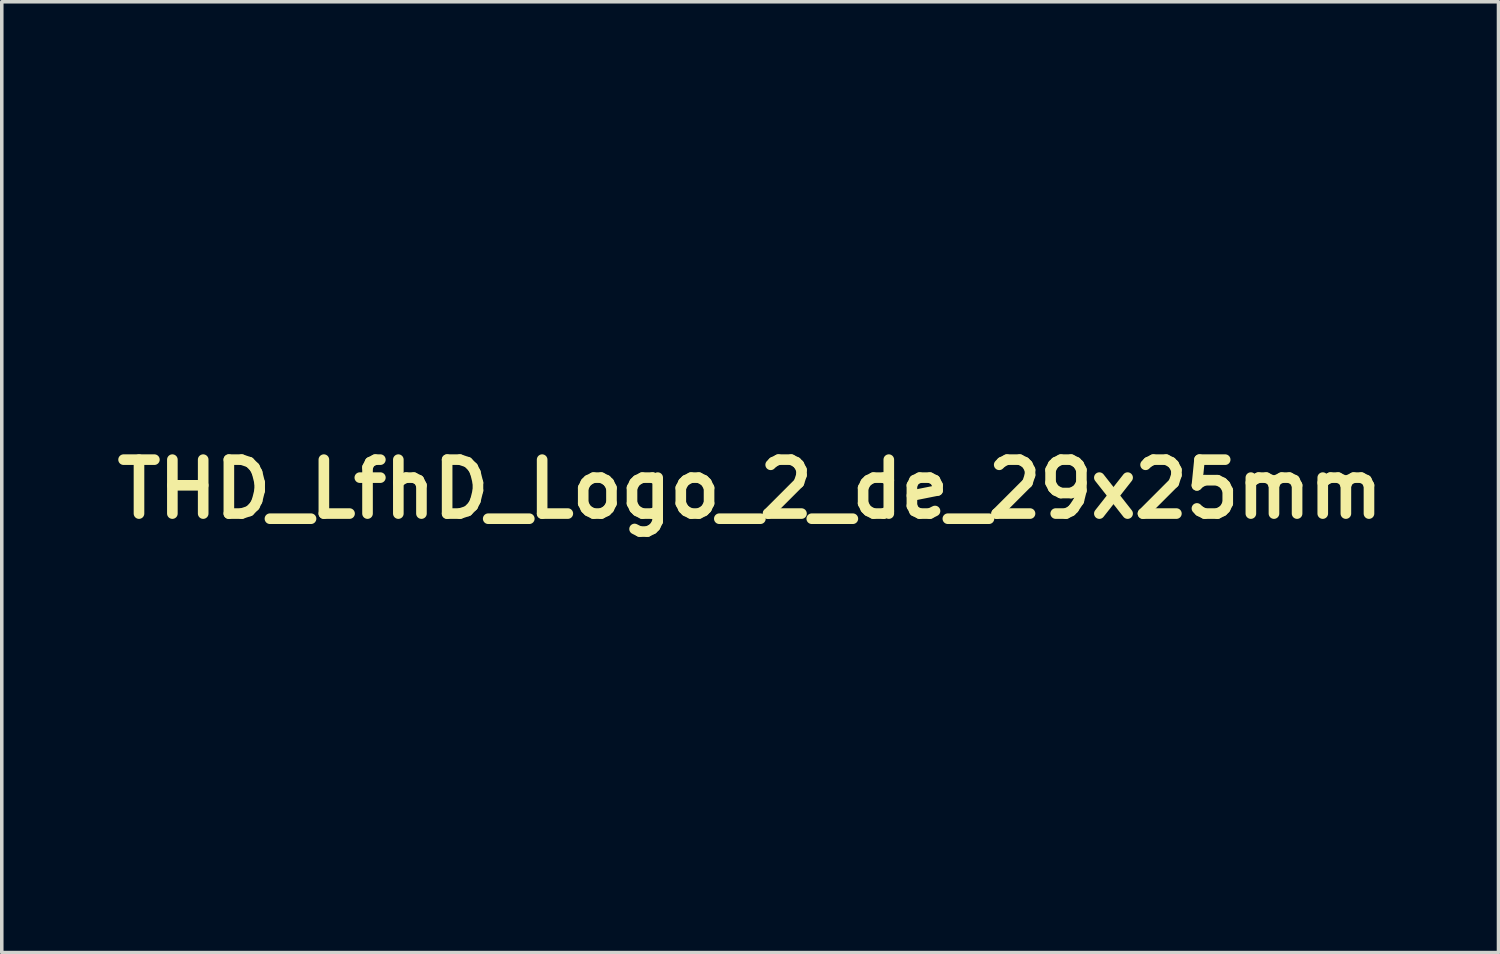
<source format=kicad_pcb>
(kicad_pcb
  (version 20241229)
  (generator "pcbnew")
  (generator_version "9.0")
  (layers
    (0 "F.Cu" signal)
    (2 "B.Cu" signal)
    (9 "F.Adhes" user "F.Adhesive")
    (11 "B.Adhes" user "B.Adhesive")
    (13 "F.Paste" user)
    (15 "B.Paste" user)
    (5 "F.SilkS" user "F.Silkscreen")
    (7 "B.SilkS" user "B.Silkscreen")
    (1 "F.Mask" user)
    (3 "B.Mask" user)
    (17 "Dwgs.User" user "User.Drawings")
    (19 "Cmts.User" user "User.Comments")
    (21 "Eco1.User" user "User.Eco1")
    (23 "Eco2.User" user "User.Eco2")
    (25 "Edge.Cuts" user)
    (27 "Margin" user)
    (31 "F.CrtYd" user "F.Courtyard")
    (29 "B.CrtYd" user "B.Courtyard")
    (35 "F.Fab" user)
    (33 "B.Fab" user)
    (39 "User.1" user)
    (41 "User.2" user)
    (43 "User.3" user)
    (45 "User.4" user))
  (footprint "THD_LfhD_Logo_2_de_29x25mm"
    (layer "F.Cu")
    (at 18.15 10.775)
    (property "Reference" "THD_LfhD_Logo_2_de_29x25mm" (at 0 0 0) (layer "F.SilkS") (effects (font (size 1.524 1.524) (thickness 0.3))))
    (attr through_hole)
    (fp_poly (pts (xy -0.423 10.075) (xy -0.847 10.075) (xy -0.847 7.874) (xy -0.423 7.874) (xy -0.423 10.075)) (stroke (width 0.01) (type solid)) (fill yes) (layer "F.Mask"))
    (fp_poly (pts (xy 2.455 10.075) (xy 2.032 10.075) (xy 2.032 7.874) (xy 2.455 7.874) (xy 2.455 10.075)) (stroke (width 0.01) (type solid)) (fill yes) (layer "F.Mask"))
    (fp_poly (pts (xy -7.366 -0.508) (xy -10.331 -0.508) (xy -10.309 -4.889) (xy -10.287 -9.271) (xy -7.366 -9.317) (xy -7.366 -0.508)) (stroke (width 0.01) (type solid)) (fill yes) (layer "F.Mask"))
    (fp_poly (pts (xy -2.477 7.89) (xy -2.244 7.916) (xy -2.219 8.742) (xy -2.195 9.567) (xy -1.101 9.567) (xy -1.101 10.075) (xy -2.709 10.075) (xy -2.709 7.863) (xy -2.477 7.89)) (stroke (width 0.01) (type solid)) (fill yes) (layer "F.Mask"))
    (fp_poly (pts (xy 5.899 0.145) (xy 5.927 0.254) (xy 5.867 0.396) (xy 5.757 0.423) (xy 5.616 0.363) (xy 5.588 0.254) (xy 5.648 0.112) (xy 5.757 0.085) (xy 5.899 0.145)) (stroke (width 0.01) (type solid)) (fill yes) (layer "F.Mask"))
    (fp_poly (pts (xy 6.576 0.145) (xy 6.604 0.254) (xy 6.544 0.396) (xy 6.435 0.423) (xy 6.293 0.363) (xy 6.265 0.254) (xy 6.325 0.112) (xy 6.435 0.085) (xy 6.576 0.145)) (stroke (width 0.01) (type solid)) (fill yes) (layer "F.Mask"))
    (fp_poly (pts (xy -10.16 10.075) (xy -10.372 10.075) (xy -10.534 10.053) (xy -10.591 10.012) (xy -10.593 9.907) (xy -10.595 9.668) (xy -10.596 9.331) (xy -10.595 8.932) (xy -10.592 7.916) (xy -10.376 7.89) (xy -10.16 7.863) (xy -10.16 10.075)) (stroke (width 0.01) (type solid)) (fill yes) (layer "F.Mask"))
    (fp_poly (pts (xy 3.26 -0.466) (xy 2.543 -0.414) (xy 2.52 -2.81) (xy 2.498 -5.207) (xy 1.101 -5.214) (xy -0.296 -5.222) (xy -0.322 -5.617) (xy -0.348 -6.011) (xy 2.54 -6.011) (xy 2.54 -10.753) (xy 3.303 -10.753) (xy 3.26 -0.466)) (stroke (width 0.01) (type solid)) (fill yes) (layer "F.Mask"))
    (fp_poly (pts (xy -6.943 10.075) (xy -7.149 10.075) (xy -7.317 10.052) (xy -7.382 10.012) (xy -7.39 9.907) (xy -7.393 9.668) (xy -7.39 9.33) (xy -7.383 8.928) (xy -7.382 8.911) (xy -7.37 8.478) (xy -7.356 8.186) (xy -7.334 8.008) (xy -7.297 7.915) (xy -7.24 7.88) (xy -7.155 7.874) (xy -7.149 7.874) (xy -6.943 7.874) (xy -6.943 10.075)) (stroke (width 0.01) (type solid)) (fill yes) (layer "F.Mask"))
    (fp_poly (pts (xy -1.036 -4.932) (xy -1.014 -0.593) (xy -2.457 -0.593) (xy -3.024 -0.596) (xy -3.438 -0.607) (xy -3.718 -0.627) (xy -3.88 -0.658) (xy -3.941 -0.699) (xy -3.948 -0.802) (xy -3.954 -1.058) (xy -3.959 -1.45) (xy -3.962 -1.962) (xy -3.964 -2.577) (xy -3.964 -3.278) (xy -3.963 -4.049) (xy -3.96 -4.874) (xy -3.959 -5.038) (xy -3.937 -9.271) (xy -1.058 -9.271) (xy -1.036 -4.932)) (stroke (width 0.01) (type solid)) (fill yes) (layer "F.Mask"))
    (fp_poly (pts (xy 6.9 -0.55) (xy 5.523 -0.527) (xy 4.979 -0.521) (xy 4.585 -0.525) (xy 4.321 -0.54) (xy 4.168 -0.568) (xy 4.105 -0.608) (xy 4.104 -0.612) (xy 4.097 -0.714) (xy 4.091 -0.97) (xy 4.086 -1.365) (xy 4.082 -1.884) (xy 4.08 -2.512) (xy 4.079 -3.233) (xy 4.079 -4.032) (xy 4.081 -4.895) (xy 4.084 -5.715) (xy 4.106 -10.71) (xy 6.9 -10.71) (xy 6.9 -0.55)) (stroke (width 0.01) (type solid)) (fill yes) (layer "F.Mask"))
    (fp_poly (pts (xy -1.016 -9.906) (xy -5.927 -9.906) (xy -5.927 -0.593) (xy -6.174 -0.593) (xy -6.395 -0.578) (xy -6.538 -0.548) (xy -6.678 -0.541) (xy -6.714 -0.562) (xy -6.725 -0.655) (xy -6.736 -0.902) (xy -6.745 -1.288) (xy -6.754 -1.796) (xy -6.761 -2.411) (xy -6.767 -3.117) (xy -6.771 -3.9) (xy -6.773 -4.743) (xy -6.773 -5.263) (xy -6.773 -9.906) (xy -11.684 -9.906) (xy -11.684 -10.753) (xy -1.016 -10.753) (xy -1.016 -9.906)) (stroke (width 0.01) (type solid)) (fill yes) (layer "F.Mask"))
    (fp_poly (pts (xy -5.065 7.887) (xy -4.917 7.908) (xy -4.842 7.953) (xy -4.806 8.028) (xy -4.798 8.055) (xy -4.778 8.251) (xy -4.865 8.351) (xy -5.087 8.382) (xy -5.127 8.382) (xy -5.419 8.382) (xy -5.419 10.075) (xy -5.927 10.075) (xy -5.927 8.392) (xy -6.244 8.366) (xy -6.455 8.333) (xy -6.545 8.257) (xy -6.562 8.128) (xy -6.556 8.032) (xy -6.518 7.97) (xy -6.418 7.932) (xy -6.225 7.911) (xy -5.908 7.898) (xy -5.704 7.892) (xy -5.316 7.883) (xy -5.065 7.887)) (stroke (width 0.01) (type solid)) (fill yes) (layer "F.Mask"))
    (fp_poly (pts (xy 6.752 4.334) (xy 6.985 4.36) (xy 7.032 6.519) (xy 6.755 6.517) (xy 6.613 6.504) (xy 6.498 6.448) (xy 6.379 6.32) (xy 6.228 6.092) (xy 6.096 5.874) (xy 5.715 5.233) (xy 5.666 6.519) (xy 5.165 6.519) (xy 5.166 5.524) (xy 5.172 5.123) (xy 5.189 4.778) (xy 5.212 4.529) (xy 5.239 4.416) (xy 5.381 4.31) (xy 5.565 4.36) (xy 5.783 4.56) (xy 6.026 4.904) (xy 6.03 4.911) (xy 6.241 5.255) (xy 6.381 5.454) (xy 6.463 5.512) (xy 6.504 5.428) (xy 6.518 5.205) (xy 6.519 4.964) (xy 6.519 4.307) (xy 6.752 4.334)) (stroke (width 0.01) (type solid)) (fill yes) (layer "F.Mask"))
    (fp_poly (pts (xy 11.155 4.334) (xy 11.388 4.36) (xy 11.388 6.477) (xy 11.155 6.504) (xy 11.018 6.51) (xy 10.949 6.461) (xy 10.925 6.315) (xy 10.922 6.102) (xy 10.922 5.673) (xy 10.075 5.673) (xy 10.075 6.096) (xy 10.07 6.347) (xy 10.036 6.472) (xy 9.947 6.515) (xy 9.819 6.519) (xy 9.562 6.519) (xy 9.586 5.44) (xy 9.61 4.36) (xy 9.842 4.334) (xy 9.98 4.327) (xy 10.048 4.377) (xy 10.073 4.522) (xy 10.075 4.736) (xy 10.075 5.165) (xy 10.922 5.165) (xy 10.922 4.736) (xy 10.927 4.484) (xy 10.958 4.36) (xy 11.039 4.325) (xy 11.155 4.334)) (stroke (width 0.01) (type solid)) (fill yes) (layer "F.Mask"))
    (fp_poly (pts (xy 4.81 0.826) (xy 4.785 0.953) (xy 4.72 1.026) (xy 4.574 1.062) (xy 4.305 1.081) (xy 4.255 1.084) (xy 3.962 1.104) (xy 3.802 1.14) (xy 3.735 1.203) (xy 3.725 1.274) (xy 3.747 1.37) (xy 3.837 1.42) (xy 4.037 1.438) (xy 4.191 1.439) (xy 4.457 1.444) (xy 4.596 1.472) (xy 4.648 1.546) (xy 4.657 1.689) (xy 4.657 1.693) (xy 4.649 1.839) (xy 4.598 1.914) (xy 4.461 1.943) (xy 4.198 1.947) (xy 3.725 1.947) (xy 3.725 2.371) (xy 3.72 2.621) (xy 3.686 2.746) (xy 3.597 2.789) (xy 3.471 2.794) (xy 3.217 2.794) (xy 3.217 0.593) (xy 4.837 0.593) (xy 4.81 0.826)) (stroke (width 0.01) (type solid)) (fill yes) (layer "F.Mask"))
    (fp_poly (pts (xy 11.091 10.075) (xy 10.847 10.075) (xy 10.715 10.058) (xy 10.598 9.985) (xy 10.467 9.829) (xy 10.293 9.56) (xy 10.233 9.461) (xy 9.864 8.848) (xy 9.839 9.461) (xy 9.814 10.075) (xy 9.313 10.075) (xy 9.313 7.874) (xy 9.564 7.874) (xy 9.7 7.891) (xy 9.817 7.961) (xy 9.945 8.115) (xy 10.115 8.382) (xy 10.167 8.468) (xy 10.337 8.748) (xy 10.476 8.965) (xy 10.562 9.084) (xy 10.573 9.095) (xy 10.598 9.034) (xy 10.617 8.844) (xy 10.626 8.562) (xy 10.626 8.522) (xy 10.628 8.208) (xy 10.646 8.025) (xy 10.693 7.935) (xy 10.783 7.9) (xy 10.858 7.89) (xy 11.091 7.863) (xy 11.091 10.075)) (stroke (width 0.01) (type solid)) (fill yes) (layer "F.Mask"))
    (fp_poly (pts (xy -4.889 4.359) (xy -4.691 4.443) (xy -4.544 4.591) (xy -4.485 4.68) (xy -4.376 4.968) (xy -4.322 5.334) (xy -4.328 5.705) (xy -4.397 6.006) (xy -4.413 6.038) (xy -4.565 6.267) (xy -4.764 6.413) (xy -5.048 6.49) (xy -5.455 6.517) (xy -5.527 6.517) (xy -6.186 6.519) (xy -6.162 5.44) (xy -6.149 4.826) (xy -5.673 4.826) (xy -5.673 6.011) (xy -5.322 6.011) (xy -5.011 5.967) (xy -4.859 5.863) (xy -4.765 5.629) (xy -4.753 5.338) (xy -4.821 5.074) (xy -4.881 4.981) (xy -5.099 4.857) (xy -5.347 4.826) (xy -5.673 4.826) (xy -6.149 4.826) (xy -6.138 4.36) (xy -5.591 4.335) (xy -5.176 4.327) (xy -4.889 4.359)) (stroke (width 0.01) (type solid)) (fill yes) (layer "F.Mask"))
    (fp_poly (pts (xy 4.572 8.375) (xy 3.958 8.399) (xy 3.626 8.421) (xy 3.434 8.457) (xy 3.353 8.514) (xy 3.344 8.551) (xy 3.385 8.624) (xy 3.527 8.67) (xy 3.799 8.697) (xy 3.916 8.703) (xy 4.218 8.719) (xy 4.389 8.746) (xy 4.466 8.802) (xy 4.487 8.904) (xy 4.487 8.975) (xy 4.481 9.105) (xy 4.436 9.181) (xy 4.315 9.219) (xy 4.08 9.238) (xy 3.916 9.246) (xy 3.597 9.269) (xy 3.417 9.308) (xy 3.348 9.372) (xy 3.344 9.398) (xy 3.383 9.468) (xy 3.518 9.513) (xy 3.778 9.541) (xy 3.958 9.55) (xy 4.572 9.575) (xy 4.572 10.075) (xy 2.879 10.075) (xy 2.879 7.874) (xy 4.572 7.874) (xy 4.572 8.375)) (stroke (width 0.01) (type solid)) (fill yes) (layer "F.Mask"))
    (fp_poly (pts (xy -11.604 7.897) (xy -11.46 7.947) (xy -11.333 8.045) (xy -11.264 8.112) (xy -11.038 8.448) (xy -10.937 8.849) (xy -10.962 9.264) (xy -11.111 9.644) (xy -11.26 9.834) (xy -11.396 9.957) (xy -11.532 10.029) (xy -11.718 10.064) (xy -12.003 10.075) (xy -12.164 10.075) (xy -12.827 10.075) (xy -12.797 8.382) (xy -12.361 8.382) (xy -12.361 9.567) (xy -12.059 9.567) (xy -11.806 9.543) (xy -11.602 9.484) (xy -11.594 9.48) (xy -11.489 9.381) (xy -11.44 9.202) (xy -11.43 8.975) (xy -11.461 8.667) (xy -11.574 8.484) (xy -11.797 8.398) (xy -12.059 8.382) (xy -12.361 8.382) (xy -12.797 8.382) (xy -12.789 7.916) (xy -12.149 7.892) (xy -11.817 7.883) (xy -11.604 7.897)) (stroke (width 0.01) (type solid)) (fill yes) (layer "F.Mask"))
    (fp_poly (pts (xy -11.051 4.367) (xy -10.974 4.45) (xy -10.954 4.584) (xy -10.939 4.847) (xy -10.93 5.2) (xy -10.928 5.55) (xy -10.933 6.519) (xy -11.182 6.519) (xy -11.329 6.51) (xy -11.402 6.451) (xy -11.427 6.301) (xy -11.43 6.096) (xy -11.43 5.673) (xy -12.277 5.673) (xy -12.277 6.096) (xy -12.282 6.347) (xy -12.316 6.472) (xy -12.405 6.515) (xy -12.533 6.519) (xy -12.79 6.519) (xy -12.766 5.44) (xy -12.742 4.36) (xy -12.509 4.334) (xy -12.372 4.327) (xy -12.304 4.377) (xy -12.279 4.522) (xy -12.277 4.736) (xy -12.277 5.165) (xy -11.43 5.165) (xy -11.43 4.741) (xy -11.423 4.49) (xy -11.387 4.364) (xy -11.303 4.322) (xy -11.227 4.318) (xy -11.051 4.367)) (stroke (width 0.01) (type solid)) (fill yes) (layer "F.Mask"))
    (fp_poly (pts (xy 4.826 4.826) (xy 4.233 4.826) (xy 3.922 4.831) (xy 3.743 4.851) (xy 3.662 4.898) (xy 3.641 4.982) (xy 3.641 4.995) (xy 3.658 5.087) (xy 3.734 5.138) (xy 3.907 5.16) (xy 4.191 5.165) (xy 4.741 5.165) (xy 4.741 5.415) (xy 4.734 5.551) (xy 4.686 5.628) (xy 4.558 5.666) (xy 4.311 5.685) (xy 4.213 5.69) (xy 3.91 5.714) (xy 3.74 5.757) (xy 3.666 5.83) (xy 3.656 5.863) (xy 3.661 5.941) (xy 3.735 5.986) (xy 3.911 6.006) (xy 4.222 6.011) (xy 4.227 6.011) (xy 4.826 6.011) (xy 4.826 6.519) (xy 3.128 6.519) (xy 3.151 5.44) (xy 3.175 4.36) (xy 4 4.336) (xy 4.826 4.312) (xy 4.826 4.826)) (stroke (width 0.01) (type solid)) (fill yes) (layer "F.Mask"))
    (fp_poly (pts (xy 5.588 1.338) (xy 5.598 1.755) (xy 5.636 2.032) (xy 5.715 2.194) (xy 5.845 2.27) (xy 6.011 2.286) (xy 6.198 2.264) (xy 6.321 2.178) (xy 6.394 2.003) (xy 6.427 1.709) (xy 6.435 1.338) (xy 6.436 0.982) (xy 6.448 0.762) (xy 6.479 0.646) (xy 6.538 0.601) (xy 6.635 0.593) (xy 6.646 0.593) (xy 6.858 0.593) (xy 6.858 1.486) (xy 6.856 1.886) (xy 6.844 2.155) (xy 6.815 2.33) (xy 6.761 2.448) (xy 6.675 2.547) (xy 6.634 2.586) (xy 6.363 2.739) (xy 6.022 2.801) (xy 5.682 2.767) (xy 5.42 2.643) (xy 5.257 2.41) (xy 5.147 2.019) (xy 5.091 1.469) (xy 5.084 1.164) (xy 5.08 0.593) (xy 5.588 0.593) (xy 5.588 1.338)) (stroke (width 0.01) (type solid)) (fill yes) (layer "F.Mask"))
    (fp_poly (pts (xy -0.755 0.666) (xy -0.516 0.811) (xy -0.261 1.13) (xy -0.135 1.528) (xy -0.152 1.96) (xy -0.168 2.026) (xy -0.347 2.404) (xy -0.639 2.662) (xy -1.028 2.785) (xy -1.185 2.794) (xy -1.503 2.765) (xy -1.743 2.66) (xy -1.855 2.576) (xy -2.112 2.258) (xy -2.238 1.877) (xy -2.234 1.611) (xy -1.78 1.611) (xy -1.746 1.905) (xy -1.646 2.098) (xy -1.45 2.247) (xy -1.185 2.296) (xy -0.921 2.247) (xy -0.724 2.098) (xy -0.597 1.801) (xy -0.61 1.515) (xy -0.744 1.279) (xy -0.983 1.131) (xy -1.185 1.101) (xy -1.482 1.17) (xy -1.686 1.353) (xy -1.78 1.611) (xy -2.234 1.611) (xy -2.233 1.476) (xy -2.095 1.098) (xy -1.855 0.811) (xy -1.518 0.63) (xy -1.133 0.582) (xy -0.755 0.666)) (stroke (width 0.01) (type solid)) (fill yes) (layer "F.Mask"))
    (fp_poly (pts (xy 7.578 7.916) (xy 7.602 8.699) (xy 7.616 9.067) (xy 7.636 9.3) (xy 7.672 9.432) (xy 7.733 9.498) (xy 7.828 9.532) (xy 8.048 9.574) (xy 8.196 9.555) (xy 8.288 9.449) (xy 8.341 9.231) (xy 8.373 8.877) (xy 8.382 8.72) (xy 8.403 8.347) (xy 8.426 8.111) (xy 8.463 7.979) (xy 8.522 7.918) (xy 8.617 7.894) (xy 8.657 7.89) (xy 8.89 7.863) (xy 8.89 8.761) (xy 8.888 9.164) (xy 8.876 9.434) (xy 8.848 9.609) (xy 8.795 9.728) (xy 8.709 9.827) (xy 8.666 9.868) (xy 8.382 10.032) (xy 8.037 10.091) (xy 7.691 10.048) (xy 7.407 9.902) (xy 7.36 9.857) (xy 7.266 9.742) (xy 7.204 9.611) (xy 7.165 9.425) (xy 7.141 9.145) (xy 7.125 8.75) (xy 7.096 7.861) (xy 7.578 7.916)) (stroke (width 0.01) (type solid)) (fill yes) (layer "F.Mask"))
    (fp_poly (pts (xy 13.462 4.826) (xy 12.869 4.826) (xy 12.558 4.831) (xy 12.379 4.851) (xy 12.298 4.898) (xy 12.277 4.982) (xy 12.277 4.995) (xy 12.294 5.087) (xy 12.37 5.138) (xy 12.543 5.16) (xy 12.827 5.165) (xy 13.377 5.165) (xy 13.377 5.415) (xy 13.37 5.551) (xy 13.322 5.628) (xy 13.194 5.666) (xy 12.947 5.685) (xy 12.849 5.69) (xy 12.546 5.714) (xy 12.376 5.757) (xy 12.302 5.83) (xy 12.292 5.863) (xy 12.297 5.941) (xy 12.372 5.986) (xy 12.55 6.007) (xy 12.853 6.011) (xy 13.163 6.015) (xy 13.344 6.036) (xy 13.434 6.086) (xy 13.474 6.179) (xy 13.482 6.221) (xy 13.497 6.396) (xy 13.478 6.475) (xy 13.38 6.494) (xy 13.151 6.509) (xy 12.83 6.518) (xy 12.599 6.519) (xy 11.764 6.519) (xy 11.787 5.44) (xy 11.811 4.36) (xy 12.636 4.336) (xy 13.462 4.312) (xy 13.462 4.826)) (stroke (width 0.01) (type solid)) (fill yes) (layer "F.Mask"))
    (fp_poly (pts (xy -8.452 7.895) (xy -8.242 7.971) (xy -8.092 8.087) (xy -7.921 8.311) (xy -7.914 8.508) (xy -8.064 8.668) (xy -8.194 8.709) (xy -8.309 8.618) (xy -8.344 8.571) (xy -8.544 8.417) (xy -8.806 8.381) (xy -9.072 8.466) (xy -9.214 8.578) (xy -9.375 8.844) (xy -9.386 9.107) (xy -9.265 9.336) (xy -9.028 9.5) (xy -8.693 9.567) (xy -8.667 9.567) (xy -8.421 9.548) (xy -8.281 9.5) (xy -8.265 9.444) (xy -8.39 9.396) (xy -8.486 9.382) (xy -8.68 9.342) (xy -8.754 9.244) (xy -8.762 9.144) (xy -8.749 9.024) (xy -8.683 8.957) (xy -8.524 8.924) (xy -8.275 8.907) (xy -7.789 8.882) (xy -7.789 9.262) (xy -7.807 9.521) (xy -7.887 9.692) (xy -8.065 9.854) (xy -8.072 9.859) (xy -8.42 10.027) (xy -8.824 10.074) (xy -9.218 9.996) (xy -9.333 9.943) (xy -9.605 9.708) (xy -9.767 9.383) (xy -9.821 9.008) (xy -9.765 8.623) (xy -9.6 8.269) (xy -9.349 8.002) (xy -9.165 7.928) (xy -8.889 7.883) (xy -8.754 7.877) (xy -8.452 7.895)) (stroke (width 0.01) (type solid)) (fill yes) (layer "F.Mask"))
    (fp_poly (pts (xy 1.107 7.922) (xy 1.389 8.051) (xy 1.566 8.238) (xy 1.609 8.398) (xy 1.597 8.489) (xy 1.539 8.532) (xy 1.405 8.529) (xy 1.161 8.48) (xy 0.912 8.42) (xy 0.69 8.395) (xy 0.542 8.416) (xy 0.461 8.497) (xy 0.506 8.597) (xy 0.644 8.683) (xy 0.841 8.721) (xy 0.845 8.721) (xy 1.066 8.768) (xy 1.317 8.885) (xy 1.363 8.914) (xy 1.604 9.153) (xy 1.689 9.424) (xy 1.615 9.702) (xy 1.491 9.862) (xy 1.219 10.026) (xy 0.873 10.091) (xy 0.514 10.056) (xy 0.206 9.922) (xy 0.139 9.868) (xy -0.011 9.692) (xy -0.084 9.535) (xy -0.085 9.519) (xy -0.053 9.428) (xy 0.07 9.415) (xy 0.191 9.436) (xy 0.461 9.485) (xy 0.772 9.532) (xy 0.826 9.539) (xy 1.051 9.559) (xy 1.156 9.53) (xy 1.185 9.437) (xy 1.185 9.407) (xy 1.137 9.266) (xy 0.984 9.229) (xy 0.771 9.196) (xy 0.513 9.116) (xy 0.479 9.102) (xy 0.174 8.909) (xy 0.022 8.66) (xy 0.027 8.374) (xy 0.175 8.097) (xy 0.319 7.955) (xy 0.498 7.889) (xy 0.757 7.874) (xy 1.107 7.922)) (stroke (width 0.01) (type solid)) (fill yes) (layer "F.Mask"))
    (fp_poly (pts (xy -3.912 7.917) (xy -3.826 7.988) (xy -3.734 8.13) (xy -3.621 8.368) (xy -3.471 8.726) (xy -3.377 8.963) (xy -3.224 9.352) (xy -3.097 9.68) (xy -3.007 9.918) (xy -2.965 10.036) (xy -2.963 10.042) (xy -3.037 10.066) (xy -3.209 10.075) (xy -3.401 10.039) (xy -3.513 9.899) (xy -3.543 9.821) (xy -3.614 9.665) (xy -3.72 9.591) (xy -3.916 9.568) (xy -4.025 9.567) (xy -4.271 9.578) (xy -4.406 9.631) (xy -4.487 9.755) (xy -4.513 9.821) (xy -4.622 10.009) (xy -4.788 10.073) (xy -4.845 10.075) (xy -5.015 10.066) (xy -5.08 10.045) (xy -5.051 9.947) (xy -4.975 9.729) (xy -4.865 9.431) (xy -4.736 9.089) (xy -4.7 8.994) (xy -4.217 8.994) (xy -4.15 9.054) (xy -4.073 9.059) (xy -3.924 9.003) (xy -3.896 8.911) (xy -3.928 8.749) (xy -3.999 8.606) (xy -4.074 8.545) (xy -4.095 8.554) (xy -4.143 8.658) (xy -4.193 8.827) (xy -4.217 8.994) (xy -4.7 8.994) (xy -4.603 8.741) (xy -4.479 8.427) (xy -4.381 8.183) (xy -4.321 8.049) (xy -4.32 8.047) (xy -4.172 7.904) (xy -4.007 7.89) (xy -3.912 7.917)) (stroke (width 0.01) (type solid)) (fill yes) (layer "F.Mask"))
    (fp_poly (pts (xy 6.036 7.877) (xy 6.271 7.893) (xy 6.414 7.93) (xy 6.504 7.997) (xy 6.565 8.079) (xy 6.659 8.336) (xy 6.673 8.6) (xy 6.624 8.833) (xy 6.497 8.99) (xy 6.281 9.115) (xy 6.311 9.184) (xy 6.418 9.351) (xy 6.556 9.548) (xy 6.715 9.778) (xy 6.825 9.951) (xy 6.858 10.022) (xy 6.784 10.06) (xy 6.612 10.075) (xy 6.447 10.046) (xy 6.294 9.938) (xy 6.111 9.72) (xy 6.062 9.652) (xy 5.841 9.386) (xy 5.656 9.246) (xy 5.588 9.229) (xy 5.486 9.251) (xy 5.436 9.345) (xy 5.419 9.554) (xy 5.419 9.652) (xy 5.413 9.903) (xy 5.379 10.028) (xy 5.29 10.071) (xy 5.165 10.075) (xy 4.911 10.075) (xy 4.911 8.602) (xy 5.358 8.602) (xy 5.499 8.687) (xy 5.797 8.72) (xy 5.847 8.721) (xy 6.099 8.712) (xy 6.224 8.673) (xy 6.264 8.588) (xy 6.265 8.551) (xy 6.243 8.449) (xy 6.147 8.399) (xy 5.937 8.383) (xy 5.847 8.382) (xy 5.594 8.398) (xy 5.419 8.438) (xy 5.376 8.467) (xy 5.358 8.602) (xy 4.911 8.602) (xy 4.911 7.874) (xy 5.671 7.874) (xy 6.036 7.877)) (stroke (width 0.01) (type solid)) (fill yes) (layer "F.Mask"))
    (fp_poly (pts (xy 12.818 7.89) (xy 13.015 7.958) (xy 13.196 8.103) (xy 13.215 8.121) (xy 13.399 8.332) (xy 13.449 8.477) (xy 13.369 8.589) (xy 13.285 8.64) (xy 13.13 8.687) (xy 12.984 8.616) (xy 12.919 8.559) (xy 12.673 8.419) (xy 12.394 8.391) (xy 12.147 8.477) (xy 12.078 8.537) (xy 11.96 8.768) (xy 11.939 9.045) (xy 12.011 9.3) (xy 12.126 9.436) (xy 12.298 9.508) (xy 12.53 9.553) (xy 12.768 9.566) (xy 12.956 9.546) (xy 13.038 9.488) (xy 13.039 9.483) (xy 12.965 9.423) (xy 12.788 9.398) (xy 12.785 9.398) (xy 12.606 9.378) (xy 12.539 9.28) (xy 12.531 9.14) (xy 12.531 8.882) (xy 13.018 8.907) (xy 13.295 8.929) (xy 13.446 8.969) (xy 13.513 9.046) (xy 13.533 9.131) (xy 13.509 9.485) (xy 13.343 9.771) (xy 13.052 9.971) (xy 12.657 10.069) (xy 12.506 10.075) (xy 12.227 10.051) (xy 12.013 9.955) (xy 11.824 9.797) (xy 11.551 9.44) (xy 11.439 9.053) (xy 11.487 8.659) (xy 11.696 8.281) (xy 11.808 8.157) (xy 12.005 7.983) (xy 12.191 7.899) (xy 12.447 7.875) (xy 12.529 7.874) (xy 12.818 7.89)) (stroke (width 0.01) (type solid)) (fill yes) (layer "F.Mask"))
    (fp_poly (pts (xy -0.274 4.368) (xy -0.189 4.407) (xy -0.107 4.502) (xy -0.013 4.681) (xy 0.11 4.966) (xy 0.274 5.375) (xy 0.426 5.76) (xy 0.551 6.089) (xy 0.639 6.329) (xy 0.677 6.449) (xy 0.677 6.454) (xy 0.604 6.5) (xy 0.43 6.519) (xy 0.245 6.489) (xy 0.154 6.365) (xy 0.127 6.265) (xy 0.082 6.114) (xy -0.001 6.039) (xy -0.17 6.014) (xy -0.353 6.011) (xy -0.609 6.02) (xy -0.751 6.064) (xy -0.833 6.17) (xy -0.873 6.265) (xy -0.981 6.453) (xy -1.147 6.517) (xy -1.204 6.519) (xy -1.374 6.513) (xy -1.438 6.498) (xy -1.409 6.416) (xy -1.331 6.205) (xy -1.215 5.895) (xy -1.071 5.517) (xy -1.056 5.476) (xy -0.574 5.476) (xy -0.498 5.503) (xy -0.381 5.503) (xy -0.222 5.492) (xy -0.169 5.471) (xy -0.199 5.379) (xy -0.271 5.196) (xy -0.285 5.164) (xy -0.4 4.89) (xy -0.496 5.167) (xy -0.568 5.38) (xy -0.574 5.476) (xy -1.056 5.476) (xy -1.034 5.419) (xy -0.87 4.992) (xy -0.75 4.698) (xy -0.657 4.514) (xy -0.578 4.412) (xy -0.496 4.37) (xy -0.396 4.36) (xy -0.38 4.36) (xy -0.274 4.368)) (stroke (width 0.01) (type solid)) (fill yes) (layer "F.Mask"))
    (fp_poly (pts (xy 1.335 0.604) (xy 1.617 0.647) (xy 1.799 0.737) (xy 1.914 0.889) (xy 1.982 1.068) (xy 1.992 1.308) (xy 1.911 1.548) (xy 1.767 1.718) (xy 1.692 1.754) (xy 1.556 1.803) (xy 1.524 1.829) (xy 1.571 1.908) (xy 1.693 2.08) (xy 1.82 2.249) (xy 2.013 2.516) (xy 2.096 2.68) (xy 2.072 2.764) (xy 1.944 2.793) (xy 1.884 2.794) (xy 1.714 2.757) (xy 1.546 2.627) (xy 1.353 2.392) (xy 1.149 2.155) (xy 0.959 2) (xy 0.867 1.963) (xy 0.755 1.961) (xy 0.699 2.026) (xy 0.679 2.196) (xy 0.677 2.365) (xy 0.672 2.618) (xy 0.639 2.744) (xy 0.552 2.789) (xy 0.423 2.794) (xy 0.169 2.794) (xy 0.169 1.27) (xy 0.677 1.27) (xy 0.7 1.372) (xy 0.794 1.422) (xy 1.003 1.439) (xy 1.101 1.439) (xy 1.355 1.43) (xy 1.481 1.393) (xy 1.522 1.309) (xy 1.524 1.27) (xy 1.502 1.168) (xy 1.407 1.118) (xy 1.199 1.101) (xy 1.101 1.101) (xy 0.847 1.11) (xy 0.72 1.147) (xy 0.679 1.231) (xy 0.677 1.27) (xy 0.169 1.27) (xy 0.169 0.593) (xy 0.918 0.593) (xy 1.335 0.604)) (stroke (width 0.01) (type solid)) (fill yes) (layer "F.Mask"))
    (fp_poly (pts (xy 8.447 0.604) (xy 8.729 0.647) (xy 8.911 0.737) (xy 9.026 0.889) (xy 9.094 1.068) (xy 9.104 1.308) (xy 9.023 1.548) (xy 8.879 1.718) (xy 8.804 1.754) (xy 8.668 1.803) (xy 8.636 1.829) (xy 8.683 1.908) (xy 8.805 2.08) (xy 8.932 2.249) (xy 9.125 2.516) (xy 9.208 2.68) (xy 9.184 2.764) (xy 9.056 2.793) (xy 8.996 2.794) (xy 8.826 2.757) (xy 8.658 2.627) (xy 8.465 2.392) (xy 8.261 2.155) (xy 8.071 2) (xy 7.979 1.963) (xy 7.867 1.961) (xy 7.811 2.026) (xy 7.791 2.196) (xy 7.789 2.365) (xy 7.784 2.618) (xy 7.751 2.744) (xy 7.664 2.789) (xy 7.535 2.794) (xy 7.281 2.794) (xy 7.281 1.27) (xy 7.789 1.27) (xy 7.812 1.372) (xy 7.906 1.422) (xy 8.115 1.439) (xy 8.213 1.439) (xy 8.467 1.43) (xy 8.593 1.393) (xy 8.634 1.309) (xy 8.636 1.27) (xy 8.614 1.168) (xy 8.519 1.118) (xy 8.311 1.101) (xy 8.213 1.101) (xy 7.959 1.11) (xy 7.832 1.147) (xy 7.791 1.231) (xy 7.789 1.27) (xy 7.281 1.27) (xy 7.281 0.593) (xy 8.03 0.593) (xy 8.447 0.604)) (stroke (width 0.01) (type solid)) (fill yes) (layer "F.Mask"))
    (fp_poly (pts (xy -9.588 4.368) (xy -9.502 4.407) (xy -9.42 4.502) (xy -9.326 4.681) (xy -9.203 4.966) (xy -9.039 5.375) (xy -8.888 5.76) (xy -8.762 6.089) (xy -8.675 6.329) (xy -8.637 6.449) (xy -8.636 6.454) (xy -8.709 6.5) (xy -8.883 6.519) (xy -9.068 6.489) (xy -9.159 6.365) (xy -9.186 6.265) (xy -9.232 6.114) (xy -9.314 6.039) (xy -9.483 6.014) (xy -9.666 6.011) (xy -9.923 6.02) (xy -10.065 6.064) (xy -10.147 6.17) (xy -10.186 6.265) (xy -10.294 6.453) (xy -10.46 6.517) (xy -10.517 6.519) (xy -10.687 6.513) (xy -10.751 6.498) (xy -10.723 6.416) (xy -10.644 6.205) (xy -10.528 5.895) (xy -10.385 5.517) (xy -10.347 5.419) (xy -10.328 5.369) (xy -9.873 5.369) (xy -9.87 5.47) (xy -9.734 5.503) (xy -9.703 5.503) (xy -9.54 5.491) (xy -9.483 5.465) (xy -9.514 5.368) (xy -9.581 5.211) (xy -9.686 5.044) (xy -9.776 5) (xy -9.82 5.09) (xy -9.821 5.115) (xy -9.851 5.302) (xy -9.873 5.369) (xy -10.328 5.369) (xy -10.183 4.992) (xy -10.063 4.698) (xy -9.971 4.514) (xy -9.891 4.412) (xy -9.809 4.37) (xy -9.709 4.36) (xy -9.693 4.36) (xy -9.588 4.368)) (stroke (width 0.01) (type solid)) (fill yes) (layer "F.Mask"))
    (fp_poly (pts (xy -7.023 4.335) (xy -6.881 4.369) (xy -6.782 4.439) (xy -6.697 4.538) (xy -6.573 4.748) (xy -6.519 4.942) (xy -6.519 4.946) (xy -6.57 5.161) (xy -6.691 5.363) (xy -6.841 5.488) (xy -6.905 5.503) (xy -6.996 5.516) (xy -7.011 5.573) (xy -6.941 5.701) (xy -6.775 5.928) (xy -6.731 5.986) (xy -6.539 6.249) (xy -6.456 6.409) (xy -6.478 6.491) (xy -6.601 6.518) (xy -6.668 6.519) (xy -6.837 6.482) (xy -7.006 6.352) (xy -7.198 6.117) (xy -7.402 5.88) (xy -7.593 5.725) (xy -7.685 5.688) (xy -7.796 5.687) (xy -7.853 5.751) (xy -7.872 5.922) (xy -7.874 6.09) (xy -7.879 6.343) (xy -7.912 6.47) (xy -7.999 6.514) (xy -8.131 6.519) (xy -8.387 6.519) (xy -8.354 5) (xy -7.874 5) (xy -7.855 5.104) (xy -7.769 5.15) (xy -7.572 5.154) (xy -7.473 5.148) (xy -7.208 5.114) (xy -7.075 5.044) (xy -7.043 4.974) (xy -7.051 4.886) (xy -7.145 4.841) (xy -7.36 4.827) (xy -7.444 4.826) (xy -7.7 4.834) (xy -7.829 4.871) (xy -7.871 4.952) (xy -7.874 5) (xy -8.354 5) (xy -8.34 4.36) (xy -7.607 4.336) (xy -7.252 4.327) (xy -7.023 4.335)) (stroke (width 0.01) (type solid)) (fill yes) (layer "F.Mask"))
    (fp_poly (pts (xy 8.362 4.368) (xy 8.447 4.407) (xy 8.529 4.502) (xy 8.623 4.681) (xy 8.746 4.966) (xy 8.91 5.375) (xy 9.062 5.76) (xy 9.187 6.089) (xy 9.275 6.329) (xy 9.313 6.449) (xy 9.313 6.454) (xy 9.24 6.5) (xy 9.066 6.519) (xy 8.881 6.489) (xy 8.79 6.365) (xy 8.763 6.265) (xy 8.718 6.114) (xy 8.635 6.039) (xy 8.466 6.014) (xy 8.283 6.011) (xy 8.027 6.02) (xy 7.885 6.064) (xy 7.803 6.17) (xy 7.763 6.265) (xy 7.655 6.453) (xy 7.489 6.517) (xy 7.432 6.519) (xy 7.262 6.513) (xy 7.198 6.498) (xy 7.227 6.416) (xy 7.305 6.205) (xy 7.421 5.895) (xy 7.565 5.517) (xy 7.602 5.419) (xy 7.621 5.369) (xy 8.077 5.369) (xy 8.079 5.47) (xy 8.215 5.503) (xy 8.246 5.503) (xy 8.41 5.491) (xy 8.467 5.465) (xy 8.435 5.368) (xy 8.368 5.211) (xy 8.264 5.044) (xy 8.173 5) (xy 8.129 5.09) (xy 8.128 5.115) (xy 8.098 5.302) (xy 8.077 5.369) (xy 7.621 5.369) (xy 7.766 4.992) (xy 7.886 4.698) (xy 7.979 4.514) (xy 8.058 4.412) (xy 8.14 4.37) (xy 8.24 4.36) (xy 8.256 4.36) (xy 8.362 4.368)) (stroke (width 0.01) (type solid)) (fill yes) (layer "F.Mask"))
    (fp_poly (pts (xy -3.274 0.599) (xy -3.026 0.621) (xy -2.87 0.667) (xy -2.769 0.743) (xy -2.765 0.748) (xy -2.661 0.951) (xy -2.628 1.204) (xy -2.67 1.427) (xy -2.718 1.499) (xy -2.752 1.611) (xy -2.666 1.787) (xy -2.628 1.84) (xy -2.499 2.086) (xy -2.502 2.316) (xy -2.589 2.526) (xy -2.744 2.667) (xy -2.994 2.751) (xy -3.367 2.789) (xy -3.66 2.794) (xy -4.403 2.794) (xy -4.403 2.117) (xy -3.895 2.117) (xy -3.878 2.22) (xy -3.801 2.269) (xy -3.622 2.277) (xy -3.45 2.269) (xy -3.171 2.238) (xy -3.033 2.181) (xy -3.006 2.117) (xy -3.057 2.034) (xy -3.23 1.985) (xy -3.45 1.964) (xy -3.71 1.956) (xy -3.842 1.979) (xy -3.89 2.048) (xy -3.895 2.117) (xy -4.403 2.117) (xy -4.403 1.27) (xy -3.895 1.27) (xy -3.872 1.372) (xy -3.778 1.422) (xy -3.569 1.439) (xy -3.471 1.439) (xy -3.217 1.43) (xy -3.091 1.393) (xy -3.05 1.309) (xy -3.048 1.27) (xy -3.07 1.168) (xy -3.165 1.118) (xy -3.373 1.101) (xy -3.471 1.101) (xy -3.725 1.11) (xy -3.852 1.147) (xy -3.893 1.231) (xy -3.895 1.27) (xy -4.403 1.27) (xy -4.403 0.593) (xy -3.654 0.593) (xy -3.274 0.599)) (stroke (width 0.01) (type solid)) (fill yes) (layer "F.Mask"))
    (fp_poly (pts (xy 2.29 4.335) (xy 2.433 4.369) (xy 2.532 4.439) (xy 2.616 4.538) (xy 2.74 4.748) (xy 2.794 4.942) (xy 2.794 4.946) (xy 2.744 5.161) (xy 2.622 5.363) (xy 2.472 5.488) (xy 2.408 5.503) (xy 2.318 5.516) (xy 2.303 5.573) (xy 2.373 5.701) (xy 2.538 5.928) (xy 2.582 5.986) (xy 2.774 6.249) (xy 2.857 6.409) (xy 2.836 6.491) (xy 2.712 6.518) (xy 2.646 6.519) (xy 2.476 6.482) (xy 2.308 6.352) (xy 2.115 6.117) (xy 1.911 5.88) (xy 1.721 5.725) (xy 1.629 5.688) (xy 1.517 5.687) (xy 1.461 5.751) (xy 1.441 5.922) (xy 1.439 6.09) (xy 1.434 6.343) (xy 1.401 6.47) (xy 1.314 6.514) (xy 1.183 6.519) (xy 0.926 6.519) (xy 0.95 5.44) (xy 0.96 5) (xy 1.439 5) (xy 1.458 5.104) (xy 1.545 5.15) (xy 1.741 5.154) (xy 1.841 5.148) (xy 2.105 5.114) (xy 2.238 5.044) (xy 2.27 4.974) (xy 2.262 4.886) (xy 2.169 4.841) (xy 1.954 4.827) (xy 1.869 4.826) (xy 1.613 4.834) (xy 1.485 4.871) (xy 1.442 4.952) (xy 1.439 5) (xy 0.96 5) (xy 0.974 4.36) (xy 1.706 4.336) (xy 2.062 4.327) (xy 2.29 4.335)) (stroke (width 0.01) (type solid)) (fill yes) (layer "F.Mask"))
    (fp_poly (pts (xy -7.959 2.286) (xy -7.408 2.286) (xy -7.113 2.289) (xy -6.948 2.31) (xy -6.876 2.363) (xy -6.858 2.465) (xy -6.858 2.515) (xy -6.844 2.655) (xy -6.8 2.671) (xy -6.72 2.554) (xy -6.601 2.295) (xy -6.436 1.888) (xy -6.353 1.671) (xy -5.909 1.671) (xy -5.9 1.757) (xy -5.792 1.778) (xy -5.709 1.778) (xy -5.556 1.756) (xy -5.531 1.661) (xy -5.549 1.587) (xy -5.641 1.369) (xy -5.733 1.318) (xy -5.823 1.435) (xy -5.839 1.473) (xy -5.909 1.671) (xy -6.353 1.671) (xy -6.329 1.609) (xy -6.174 1.202) (xy -6.06 0.927) (xy -5.971 0.76) (xy -5.891 0.672) (xy -5.804 0.64) (xy -5.714 0.635) (xy -5.613 0.642) (xy -5.529 0.681) (xy -5.447 0.775) (xy -5.353 0.95) (xy -5.23 1.229) (xy -5.063 1.637) (xy -5.032 1.714) (xy -4.597 2.794) (xy -4.874 2.794) (xy -5.073 2.771) (xy -5.17 2.669) (xy -5.207 2.54) (xy -5.252 2.389) (xy -5.335 2.314) (xy -5.504 2.289) (xy -5.687 2.286) (xy -5.943 2.295) (xy -6.085 2.339) (xy -6.167 2.445) (xy -6.207 2.54) (xy -6.302 2.794) (xy -7.363 2.794) (xy -8.424 2.794) (xy -8.406 1.715) (xy -8.387 0.635) (xy -8.173 0.608) (xy -7.959 0.581) (xy -7.959 2.286)) (stroke (width 0.01) (type solid)) (fill yes) (layer "F.Mask"))
    (fp_poly (pts (xy 7.938 -10.726) (xy 8.869 -10.531) (xy 9.698 -10.213) (xy 10.45 -9.758) (xy 11.15 -9.155) (xy 11.171 -9.134) (xy 11.626 -8.627) (xy 11.992 -8.101) (xy 12.306 -7.494) (xy 12.451 -7.154) (xy 12.539 -6.832) (xy 12.602 -6.392) (xy 12.638 -5.886) (xy 12.646 -5.363) (xy 12.623 -4.875) (xy 12.567 -4.471) (xy 12.555 -4.419) (xy 12.309 -3.72) (xy 11.924 -3.025) (xy 11.427 -2.369) (xy 10.845 -1.784) (xy 10.206 -1.305) (xy 9.804 -1.079) (xy 9.493 -0.934) (xy 9.233 -0.824) (xy 9.066 -0.766) (xy 9.038 -0.762) (xy 8.874 -0.711) (xy 8.843 -0.688) (xy 8.723 -0.644) (xy 8.486 -0.599) (xy 8.191 -0.564) (xy 7.62 -0.514) (xy 7.62 -1.247) (xy 8.149 -1.351) (xy 8.456 -1.415) (xy 8.716 -1.478) (xy 8.848 -1.517) (xy 9.66 -1.895) (xy 10.359 -2.385) (xy 10.935 -2.976) (xy 11.379 -3.655) (xy 11.682 -4.408) (xy 11.836 -5.225) (xy 11.853 -5.624) (xy 11.843 -6.007) (xy 11.815 -6.361) (xy 11.775 -6.627) (xy 11.761 -6.683) (xy 11.571 -7.179) (xy 11.307 -7.7) (xy 11.011 -8.171) (xy 10.835 -8.398) (xy 10.433 -8.788) (xy 9.937 -9.152) (xy 9.388 -9.467) (xy 8.828 -9.711) (xy 8.299 -9.864) (xy 7.92 -9.906) (xy 7.62 -9.906) (xy 7.62 -10.77) (xy 7.938 -10.726)) (stroke (width 0.01) (type solid)) (fill yes) (layer "F.Mask"))
    (fp_poly (pts (xy -2.245 4.991) (xy -2.168 5.304) (xy -2.098 5.541) (xy -2.048 5.664) (xy -2.038 5.673) (xy -1.999 5.596) (xy -1.942 5.392) (xy -1.878 5.101) (xy -1.861 5.016) (xy -1.794 4.687) (xy -1.737 4.489) (xy -1.669 4.387) (xy -1.574 4.344) (xy -1.503 4.334) (xy -1.394 4.324) (xy -1.323 4.341) (xy -1.292 4.408) (xy -1.299 4.55) (xy -1.345 4.79) (xy -1.431 5.154) (xy -1.517 5.503) (xy -1.757 6.477) (xy -2.033 6.477) (xy -2.168 6.471) (xy -2.259 6.433) (xy -2.327 6.329) (xy -2.393 6.127) (xy -2.476 5.794) (xy -2.48 5.779) (xy -2.564 5.462) (xy -2.641 5.22) (xy -2.698 5.092) (xy -2.712 5.08) (xy -2.769 5.153) (xy -2.823 5.33) (xy -2.824 5.337) (xy -2.878 5.566) (xy -2.958 5.872) (xy -3.01 6.056) (xy -3.095 6.32) (xy -3.172 6.459) (xy -3.277 6.512) (xy -3.395 6.519) (xy -3.586 6.487) (xy -3.683 6.413) (xy -3.713 6.301) (xy -3.768 6.068) (xy -3.841 5.753) (xy -3.922 5.397) (xy -4.002 5.04) (xy -4.073 4.72) (xy -4.124 4.479) (xy -4.148 4.356) (xy -4.149 4.349) (xy -4.075 4.326) (xy -3.915 4.318) (xy -3.799 4.328) (xy -3.719 4.378) (xy -3.654 4.502) (xy -3.588 4.733) (xy -3.521 5.016) (xy -3.361 5.715) (xy -3.176 5.038) (xy -3.083 4.706) (xy -3.01 4.504) (xy -2.936 4.397) (xy -2.835 4.352) (xy -2.696 4.335) (xy -2.4 4.31) (xy -2.245 4.991)) (stroke (width 0.01) (type solid)) (fill yes) (layer "F.Mask")))
  (gr_rect
    (start -3 -3)
    (end 39.3 23.872)
    (stroke (width 0.1) (type default))
    (fill no)
    (layer "Edge.Cuts")))
</source>
